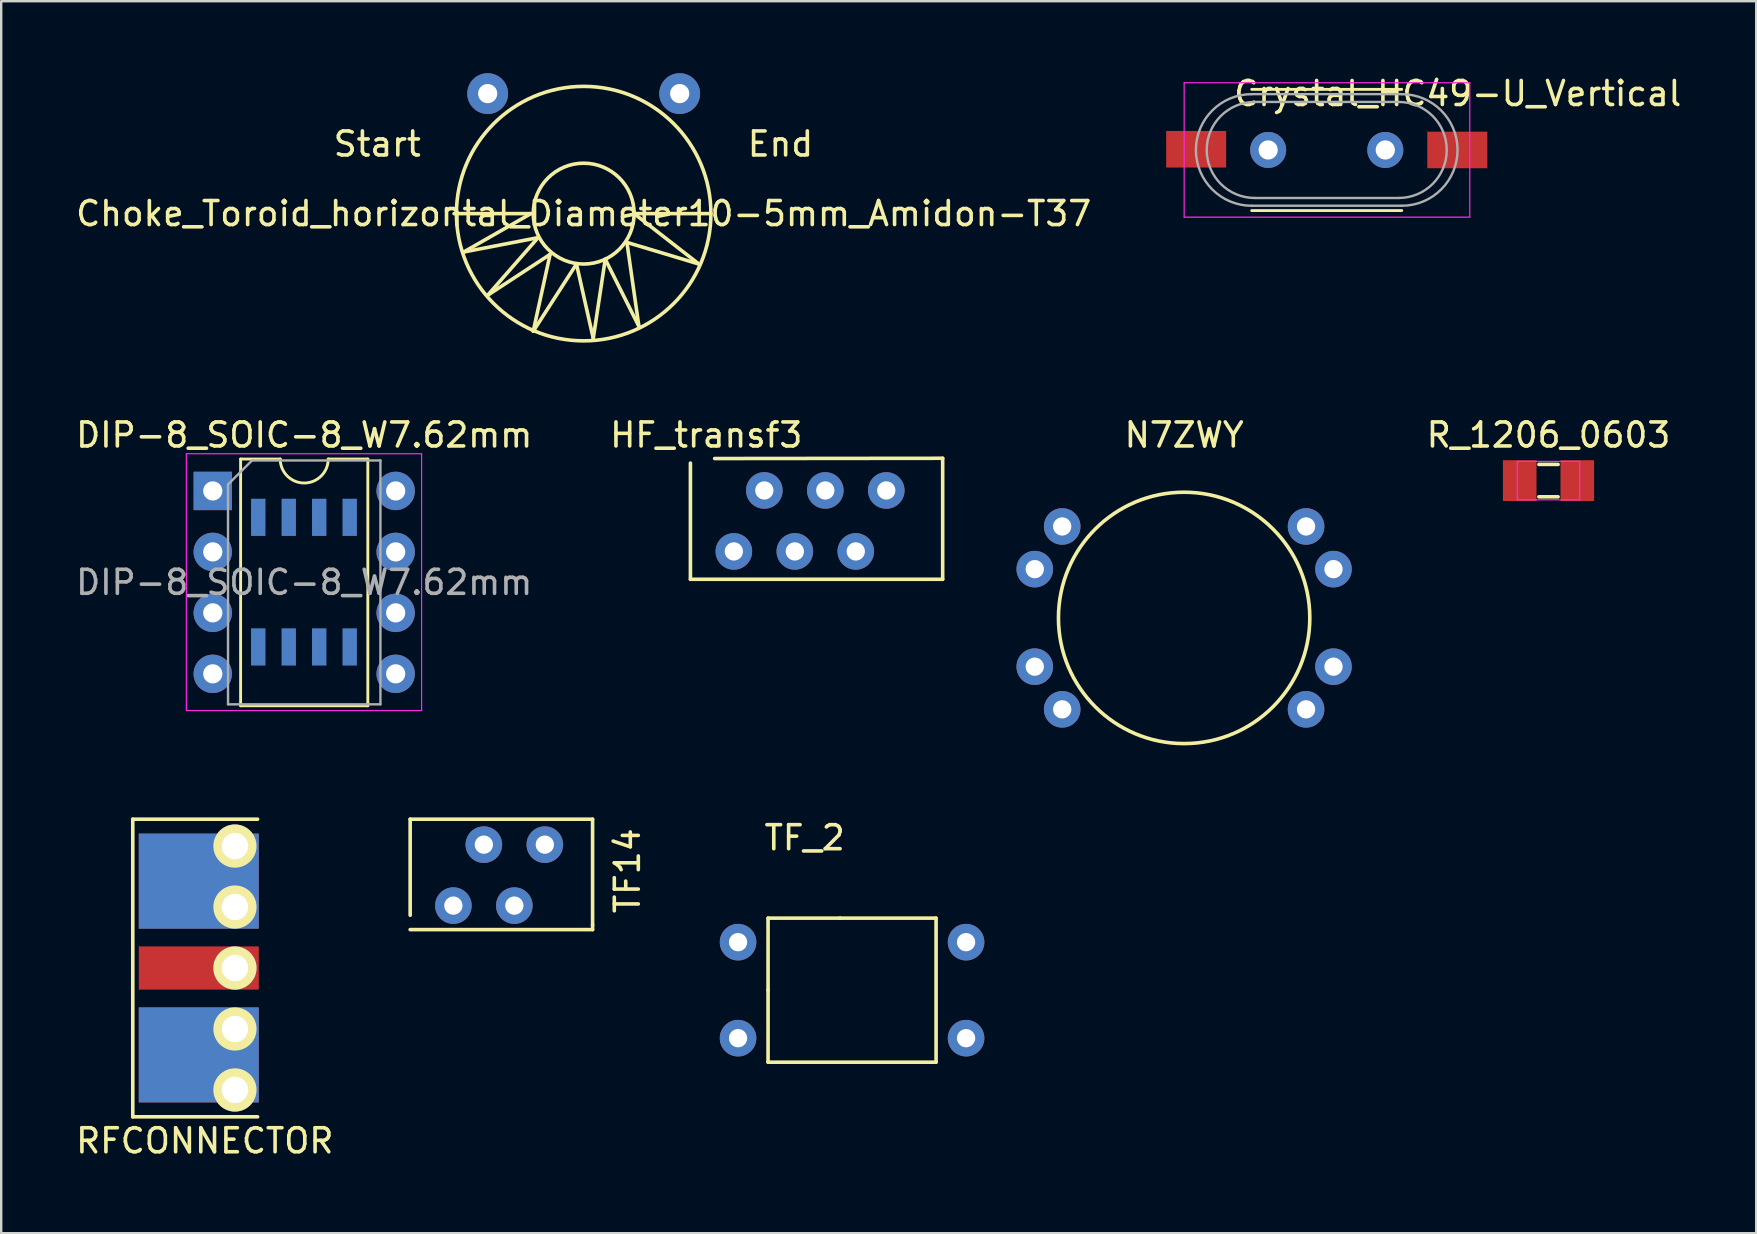
<source format=kicad_pcb>
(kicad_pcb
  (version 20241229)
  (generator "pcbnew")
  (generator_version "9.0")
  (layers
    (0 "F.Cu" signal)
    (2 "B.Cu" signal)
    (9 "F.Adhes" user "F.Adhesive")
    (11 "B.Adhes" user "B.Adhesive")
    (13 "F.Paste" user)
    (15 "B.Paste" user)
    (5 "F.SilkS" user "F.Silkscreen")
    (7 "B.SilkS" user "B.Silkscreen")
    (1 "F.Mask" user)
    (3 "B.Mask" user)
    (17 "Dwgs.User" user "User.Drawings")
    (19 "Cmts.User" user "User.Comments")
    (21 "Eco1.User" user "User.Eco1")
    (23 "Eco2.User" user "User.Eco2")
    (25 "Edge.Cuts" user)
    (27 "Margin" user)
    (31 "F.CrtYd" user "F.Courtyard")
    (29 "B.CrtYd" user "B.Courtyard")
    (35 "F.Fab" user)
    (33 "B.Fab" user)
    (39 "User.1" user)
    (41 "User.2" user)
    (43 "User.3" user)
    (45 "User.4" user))
  (footprint "HF_transf3"
    (layer "F.Cu")
    (at 27.525 19.924)
    (property "Reference" "HF_transf3" (at -1.15 -4.85 0) (layer "F.SilkS") (effects (font (size 1 1) (thickness 0.15))))
    (attr through_hole)
    (fp_line (start -1.81 1.16) (end -1.81 -3.68) (stroke (width 0.15) (type solid)) (layer "F.SilkS"))
    (fp_line (start -0.8 -3.87) (end 8.7 -3.88) (stroke (width 0.15) (type solid)) (layer "F.SilkS"))
    (fp_line (start 8.7 -3.88) (end 8.7 1.16) (stroke (width 0.15) (type solid)) (layer "F.SilkS"))
    (fp_line (start 8.7 1.16) (end -1.81 1.16) (stroke (width 0.15) (type solid)) (layer "F.SilkS"))
    (pad "1" thru_hole circle (at 0 0) (size 1.524 1.524) (drill 0.762) (layers "*.Cu" "*.Mask"))
    (pad "2" thru_hole circle (at 1.27 -2.54) (size 1.524 1.524) (drill 0.762) (layers "*.Cu" "*.Mask"))
    (pad "3" thru_hole circle (at 2.54 0) (size 1.524 1.524) (drill 0.762) (layers "*.Cu" "*.Mask"))
    (pad "4" thru_hole circle (at 3.81 -2.54) (size 1.524 1.524) (drill 0.762) (layers "*.Cu" "*.Mask"))
    (pad "5" thru_hole circle (at 5.08 0) (size 1.524 1.524) (drill 0.762) (layers "*.Cu" "*.Mask"))
    (pad "6" thru_hole circle (at 6.35 -2.54) (size 1.524 1.524) (drill 0.762) (layers "*.Cu" "*.Mask")))
  (footprint "TF_2"
    (layer "F.Cu")
    (at 28.95 38.204)
    (property "Reference" "TF_2" (at 1.524 -6.35 0) (layer "F.SilkS") (effects (font (size 1 1) (thickness 0.15))))
    (attr through_hole)
    (fp_line (start 0 -3) (end 3 -3) (stroke (width 0.15) (type solid)) (layer "F.SilkS"))
    (fp_line (start 0 0) (end 0 -3) (stroke (width 0.15) (type solid)) (layer "F.SilkS"))
    (fp_line (start 0 3) (end 0 0) (stroke (width 0.15) (type solid)) (layer "F.SilkS"))
    (fp_line (start 3 -3) (end 7 -3) (stroke (width 0.15) (type solid)) (layer "F.SilkS"))
    (fp_line (start 7 -3) (end 7 3) (stroke (width 0.15) (type solid)) (layer "F.SilkS"))
    (fp_line (start 7 3) (end 0 3) (stroke (width 0.15) (type solid)) (layer "F.SilkS"))
    (pad "1" thru_hole circle (at -1.25 2) (size 1.524 1.524) (drill 0.762) (layers "*.Cu" "*.Mask"))
    (pad "2" thru_hole circle (at -1.25 -2) (size 1.524 1.524) (drill 0.762) (layers "*.Cu" "*.Mask"))
    (pad "3" thru_hole circle (at 8.25 2) (size 1.524 1.524) (drill 0.762) (layers "*.Cu" "*.Mask"))
    (pad "4" thru_hole circle (at 8.25 -2) (size 1.524 1.524) (drill 0.762) (layers "*.Cu" "*.Mask")))
  (footprint "R_1206_0603"
    (layer "F.Cu")
    (at 61.466 16.974)
    (property "Reference" "R_1206_0603" (at 0 -1.9 0) (layer "F.SilkS") (effects (font (size 1 1) (thickness 0.15))))
    (attr smd)
    (fp_line (start -0.4 -0.675) (end 0.4 -0.675) (stroke (width 0.15) (type solid)) (layer "F.SilkS"))
    (fp_line (start 0.4 0.675) (end -0.4 0.675) (stroke (width 0.15) (type solid)) (layer "F.SilkS"))
    (fp_line (start -1.3 -0.8) (end -1.3 0.8) (stroke (width 0.05) (type solid)) (layer "F.CrtYd"))
    (fp_line (start -1.3 -0.8) (end 1.3 -0.8) (stroke (width 0.05) (type solid)) (layer "F.CrtYd"))
    (fp_line (start -1.3 0.8) (end 1.3 0.8) (stroke (width 0.05) (type solid)) (layer "F.CrtYd"))
    (fp_line (start 1.3 -0.8) (end 1.3 0.8) (stroke (width 0.05) (type solid)) (layer "F.CrtYd"))
    (pad "1" smd rect (at -1.2 0 90) (size 1.7 1.4) (layers "F.Cu" "F.Mask" "F.Paste"))
    (pad "2" smd rect (at 1.2 0) (size 1.4 1.7) (layers "F.Cu" "F.Mask" "F.Paste")))
  (footprint "RFCONNECTOR"
    (layer "F.Cu")
    (at 7.882 37.281)
    (property "Reference" "RFCONNECTOR" (at -2.4 7.2 180) (layer "F.SilkS") (effects (font (size 1 1) (thickness 0.15))))
    (attr through_hole)
    (fp_line (start -5.4 -6.2) (end -0.2 -6.2) (stroke (width 0.15) (type solid)) (layer "F.SilkS"))
    (fp_line (start -5.4 6.2) (end -5.4 -6.2) (stroke (width 0.15) (type solid)) (layer "F.SilkS"))
    (fp_line (start -0.2 6.2) (end -5.4 6.2) (stroke (width 0.15) (type solid)) (layer "F.SilkS"))
    (pad "1" smd rect (at -2.65 0) (size 5 1.8) (layers "F.Cu" "F.Mask" "F.Paste"))
    (pad "1" thru_hole circle (at -1.143 0) (size 1.8 1.8) (drill 1.1) (layers "*.Cu" "*.Mask" "F.SilkS"))
    (pad "2" smd rect (at -2.65 -3.62) (size 5 3.96) (layers "F.Cu" "F.Mask" "F.Paste"))
    (pad "2" smd rect (at -2.65 -3.62) (size 5 3.96) (layers "B.Cu" "B.Mask" "B.Paste"))
    (pad "2" smd rect (at -2.65 3.62) (size 5 3.96) (layers "F.Cu" "F.Mask" "F.Paste"))
    (pad "2" smd rect (at -2.65 3.62) (size 5 3.96) (layers "B.Cu" "B.Mask" "B.Paste"))
    (pad "2" thru_hole circle (at -1.143 -5.08) (size 1.8 1.8) (drill 1.1) (layers "*.Cu" "*.Mask" "F.SilkS"))
    (pad "2" thru_hole circle (at -1.143 -2.54) (size 1.8 1.8) (drill 1.1) (layers "*.Cu" "*.Mask" "F.SilkS"))
    (pad "2" thru_hole circle (at -1.143 2.54) (size 1.8 1.8) (drill 1.1) (layers "*.Cu" "*.Mask" "F.SilkS"))
    (pad "2" thru_hole circle (at -1.143 5.08) (size 1.8 1.8) (drill 1.1) (layers "*.Cu" "*.Mask" "F.SilkS")))
  (footprint "DIP-8_SOIC-8_W7.62mm"
    (layer "F.Cu")
    (at 5.815 17.404)
    (property "Reference" "DIP-8_SOIC-8_W7.62mm" (at 3.81 -2.33 0) (layer "F.SilkS") (effects (font (size 1 1) (thickness 0.15))))
    (attr through_hole)
    (fp_line (start 1.16 -1.33) (end 1.16 8.95) (stroke (width 0.12) (type solid)) (layer "F.SilkS"))
    (fp_line (start 1.16 8.95) (end 6.46 8.95) (stroke (width 0.12) (type solid)) (layer "F.SilkS"))
    (fp_line (start 2.81 -1.33) (end 1.16 -1.33) (stroke (width 0.12) (type solid)) (layer "F.SilkS"))
    (fp_line (start 6.46 -1.33) (end 4.81 -1.33) (stroke (width 0.12) (type solid)) (layer "F.SilkS"))
    (fp_line (start 6.46 8.95) (end 6.46 -1.33) (stroke (width 0.12) (type solid)) (layer "F.SilkS"))
    (fp_arc (start 4.81 -1.33) (mid 3.81 -0.33) (end 2.81 -1.33) (stroke (width 0.12) (type solid)) (layer "F.SilkS"))
    (fp_line (start -1.1 -1.55) (end -1.1 9.15) (stroke (width 0.05) (type solid)) (layer "F.CrtYd"))
    (fp_line (start -1.1 9.15) (end 8.7 9.15) (stroke (width 0.05) (type solid)) (layer "F.CrtYd"))
    (fp_line (start 8.7 -1.55) (end -1.1 -1.55) (stroke (width 0.05) (type solid)) (layer "F.CrtYd"))
    (fp_line (start 8.7 9.15) (end 8.7 -1.55) (stroke (width 0.05) (type solid)) (layer "F.CrtYd"))
    (fp_line (start 0.635 -0.27) (end 1.635 -1.27) (stroke (width 0.1) (type solid)) (layer "F.Fab"))
    (fp_line (start 0.635 8.89) (end 0.635 -0.27) (stroke (width 0.1) (type solid)) (layer "F.Fab"))
    (fp_line (start 1.635 -1.27) (end 6.985 -1.27) (stroke (width 0.1) (type solid)) (layer "F.Fab"))
    (fp_line (start 6.985 -1.27) (end 6.985 8.89) (stroke (width 0.1) (type solid)) (layer "F.Fab"))
    (fp_line (start 6.985 8.89) (end 0.635 8.89) (stroke (width 0.1) (type solid)) (layer "F.Fab"))
    (fp_text user "${REFERENCE}" (at 3.81 3.81 0) (layer "F.Fab") (effects (font (size 1 1) (thickness 0.15))))
    (pad "1" thru_hole rect (at 0 0) (size 1.6 1.6) (drill 0.8) (layers "*.Cu" "*.Mask"))
    (pad "1" smd rect (at 1.895 1.1) (size 0.6 1.55) (layers "F.Mask" "B.Cu" "F.Paste"))
    (pad "2" thru_hole oval (at 0 2.54) (size 1.6 1.6) (drill 0.8) (layers "*.Cu" "*.Mask"))
    (pad "2" smd rect (at 3.165 1.1) (size 0.6 1.55) (layers "F.Mask" "B.Cu" "F.Paste"))
    (pad "3" thru_hole oval (at 0 5.08) (size 1.6 1.6) (drill 0.8) (layers "*.Cu" "*.Mask"))
    (pad "3" smd rect (at 4.435 1.1) (size 0.6 1.55) (layers "F.Mask" "B.Cu" "F.Paste"))
    (pad "4" thru_hole oval (at 0 7.62) (size 1.6 1.6) (drill 0.8) (layers "*.Cu" "*.Mask"))
    (pad "4" smd rect (at 5.705 1.1) (size 0.6 1.55) (layers "F.Mask" "B.Cu" "F.Paste"))
    (pad "5" smd rect (at 5.705 6.5) (size 0.6 1.55) (layers "F.Mask" "B.Cu" "F.Paste"))
    (pad "5" thru_hole oval (at 7.62 7.62) (size 1.6 1.6) (drill 0.8) (layers "*.Cu" "*.Mask"))
    (pad "6" smd rect (at 4.435 6.5) (size 0.6 1.55) (layers "F.Mask" "B.Cu" "F.Paste"))
    (pad "6" thru_hole oval (at 7.62 5.08) (size 1.6 1.6) (drill 0.8) (layers "*.Cu" "*.Mask"))
    (pad "7" smd rect (at 3.165 6.5) (size 0.6 1.55) (layers "F.Mask" "B.Cu" "F.Paste"))
    (pad "7" thru_hole oval (at 7.62 2.54) (size 1.6 1.6) (drill 0.8) (layers "*.Cu" "*.Mask"))
    (pad "8" smd rect (at 1.895 6.5) (size 0.6 1.55) (layers "F.Mask" "B.Cu" "F.Paste"))
    (pad "8" thru_hole oval (at 7.62 0) (size 1.6 1.6) (drill 0.8) (layers "*.Cu" "*.Mask")))
  (footprint "N7ZWY"
    (layer "F.Cu")
    (at 46.285 22.694)
    (property "Reference" "N7ZWY" (at 0 -7.62 0) (layer "F.SilkS") (effects (font (size 1 1) (thickness 0.15))))
    (attr through_hole)
    (fp_circle (center 0 0) (end -5.08 1.27) (stroke (width 0.15) (type solid)) (fill no) (layer "F.SilkS"))
    (pad "1" thru_hole circle (at -5.08 -3.81) (size 1.524 1.524) (drill 0.762) (layers "*.Cu" "*.Mask"))
    (pad "2" thru_hole circle (at 5.08 -3.81) (size 1.524 1.524) (drill 0.762) (layers "*.Cu" "*.Mask"))
    (pad "3" thru_hole circle (at 6.223 -2.032) (size 1.524 1.524) (drill 0.762) (layers "*.Cu" "*.Mask"))
    (pad "4" thru_hole circle (at -6.223 -2.032) (size 1.524 1.524) (drill 0.762) (layers "*.Cu" "*.Mask"))
    (pad "5" thru_hole circle (at -5.08 3.81) (size 1.524 1.524) (drill 0.762) (layers "*.Cu" "*.Mask"))
    (pad "6" thru_hole circle (at 5.08 3.81) (size 1.524 1.524) (drill 0.762) (layers "*.Cu" "*.Mask"))
    (pad "7" thru_hole circle (at 6.223 2.032) (size 1.524 1.524) (drill 0.762) (layers "*.Cu" "*.Mask"))
    (pad "8" thru_hole circle (at -6.223 2.032) (size 1.524 1.524) (drill 0.762) (layers "*.Cu" "*.Mask")))
  (footprint "Crystal_HC49-U_Vertical"
    (layer "F.Cu")
    (at 49.786 3.198)
    (property "Reference" "Crystal_HC49-U_Vertical" (at 7.9 -2.35 0) (layer "F.SilkS") (effects (font (size 1 1) (thickness 0.15))))
    (attr through_hole)
    (fp_line (start -0.685 -2.525) (end 5.565 -2.525) (stroke (width 0.12) (type solid)) (layer "F.SilkS"))
    (fp_line (start -0.685 2.525) (end 5.565 2.525) (stroke (width 0.12) (type solid)) (layer "F.SilkS"))
    (fp_line (start -3.5 -2.8) (end -3.5 2.8) (stroke (width 0.05) (type solid)) (layer "F.CrtYd"))
    (fp_line (start -3.5 2.8) (end 8.4 2.8) (stroke (width 0.05) (type solid)) (layer "F.CrtYd"))
    (fp_line (start 8.4 -2.8) (end -3.5 -2.8) (stroke (width 0.05) (type solid)) (layer "F.CrtYd"))
    (fp_line (start 8.4 2.8) (end 8.4 -2.8) (stroke (width 0.05) (type solid)) (layer "F.CrtYd"))
    (fp_line (start -0.685 -2.325) (end 5.565 -2.325) (stroke (width 0.1) (type solid)) (layer "F.Fab"))
    (fp_line (start -0.685 2.325) (end 5.565 2.325) (stroke (width 0.1) (type solid)) (layer "F.Fab"))
    (fp_line (start -0.56 -2) (end 5.44 -2) (stroke (width 0.1) (type solid)) (layer "F.Fab"))
    (fp_line (start -0.56 2) (end 5.44 2) (stroke (width 0.1) (type solid)) (layer "F.Fab"))
    (fp_arc (start -0.685 2.325) (mid -3.01 0) (end -0.685 -2.325) (stroke (width 0.1) (type solid)) (layer "F.Fab"))
    (fp_arc (start -0.56 2) (mid -2.56 0) (end -0.56 -2) (stroke (width 0.1) (type solid)) (layer "F.Fab"))
    (fp_arc (start 5.44 -2) (mid 7.44 0) (end 5.44 2) (stroke (width 0.1) (type solid)) (layer "F.Fab"))
    (fp_arc (start 5.565 -2.325) (mid 7.89 0) (end 5.565 2.325) (stroke (width 0.1) (type solid)) (layer "F.Fab"))
    (pad "1" thru_hole circle (at 0 0) (size 1.5 1.5) (drill 0.8) (layers "*.Cu" "*.Mask"))
    (pad "2" thru_hole circle (at 4.88 0) (size 1.5 1.5) (drill 0.8) (layers "*.Cu" "*.Mask"))
    (pad "3" smd rect (at 7.88 0) (size 2.5 1.524) (layers "F.Cu" "F.Mask" "F.Paste"))
    (pad "4" smd rect (at -3 -0.03) (size 2.5 1.524) (layers "F.Cu" "F.Mask" "F.Paste")))
  (footprint "TF14"
    (layer "F.Cu")
    (at 15.839 34.681)
    (property "Reference" "TF14" (at 7.25 -1.45 270) (layer "F.SilkS") (effects (font (size 1 1) (thickness 0.15))))
    (attr through_hole)
    (fp_line (start -1.8 -3.6) (end 5.8 -3.6) (stroke (width 0.15) (type solid)) (layer "F.SilkS"))
    (fp_line (start -1.8 0.4) (end -1.8 -3.6) (stroke (width 0.15) (type solid)) (layer "F.SilkS"))
    (fp_line (start 5.8 -3.6) (end 5.8 0.8) (stroke (width 0.15) (type solid)) (layer "F.SilkS"))
    (fp_line (start 5.8 1) (end -1.8 1) (stroke (width 0.15) (type solid)) (layer "F.SilkS"))
    (fp_line (start 5.8 1) (end 5.8 0.8) (stroke (width 0.15) (type solid)) (layer "F.SilkS"))
    (pad "1" thru_hole circle (at 0 0) (size 1.524 1.524) (drill 0.762) (layers "*.Cu" "*.Mask"))
    (pad "2" thru_hole circle (at 1.27 -2.54) (size 1.524 1.524) (drill 0.762) (layers "*.Cu" "*.Mask"))
    (pad "3" thru_hole circle (at 2.54 0) (size 1.524 1.524) (drill 0.762) (layers "*.Cu" "*.Mask"))
    (pad "4" thru_hole circle (at 3.81 -2.54) (size 1.524 1.524) (drill 0.762) (layers "*.Cu" "*.Mask")))
  (footprint "Choke_Toroid_horizontal_Diameter10-5mm_Amidon-T37"
    (layer "F.Cu")
    (at 21.268 5.85)
    (property "Reference" "Choke_Toroid_horizontal_Diameter10-5mm_Amidon-T37" (at 0 0 0) (layer "F.SilkS") (effects (font (size 1 1) (thickness 0.15))))
    (attr through_hole)
    (fp_line (start -5.4 0) (end -2.2 0) (stroke (width 0.15) (type solid)) (layer "F.SilkS"))
    (fp_line (start -5.001 1.6) (end -1.9 1.001) (stroke (width 0.15) (type solid)) (layer "F.SilkS"))
    (fp_line (start -4 3.401) (end -1.4 1.699) (stroke (width 0.15) (type solid)) (layer "F.SilkS"))
    (fp_line (start -2.2 0) (end -5.001 1.6) (stroke (width 0.15) (type solid)) (layer "F.SilkS"))
    (fp_line (start -2.101 4.9) (end -0.3 2.101) (stroke (width 0.15) (type solid)) (layer "F.SilkS"))
    (fp_line (start -1.9 1.001) (end -4 3.401) (stroke (width 0.15) (type solid)) (layer "F.SilkS"))
    (fp_line (start -1.4 1.699) (end -2.101 4.9) (stroke (width 0.15) (type solid)) (layer "F.SilkS"))
    (fp_line (start -0.3 2.101) (end 0.399 5.199) (stroke (width 0.15) (type solid)) (layer "F.SilkS"))
    (fp_line (start 0.399 5.199) (end 0.899 1.9) (stroke (width 0.15) (type solid)) (layer "F.SilkS"))
    (fp_line (start 0.899 1.9) (end 2.301 4.699) (stroke (width 0.15) (type solid)) (layer "F.SilkS"))
    (fp_line (start 1.801 1.199) (end 4.801 2.101) (stroke (width 0.15) (type solid)) (layer "F.SilkS"))
    (fp_line (start 2.101 0) (end 5.301 0) (stroke (width 0.15) (type solid)) (layer "F.SilkS"))
    (fp_line (start 2.301 4.699) (end 1.801 1.199) (stroke (width 0.15) (type solid)) (layer "F.SilkS"))
    (fp_line (start 4.801 2.101) (end 2.101 0) (stroke (width 0.15) (type solid)) (layer "F.SilkS"))
    (fp_circle (center 0 0) (end 2.101 0) (stroke (width 0.15) (type solid)) (fill no) (layer "F.SilkS"))
    (fp_circle (center 0 0) (end 5.301 0) (stroke (width 0.15) (type solid)) (fill no) (layer "F.SilkS"))
    (fp_text user "Start" (at -8.6 -2.901 0) (layer "F.SilkS") (effects (font (size 1 1) (thickness 0.15))))
    (fp_text user "End" (at 8.199 -2.901 0) (layer "F.SilkS") (effects (font (size 1 1) (thickness 0.15))))
    (pad "1" thru_hole circle (at -4 -5) (size 1.7 1.7) (drill 0.8) (layers "*.Cu" "*.Mask"))
    (pad "2" thru_hole circle (at 4 -5) (size 1.7 1.7) (drill 0.8) (layers "*.Cu" "*.Mask")))
  (gr_rect
    (start -3 -3)
    (end 70.12 48.329)
    (stroke (width 0.1) (type default))
    (fill no)
    (layer "Edge.Cuts")))
</source>
